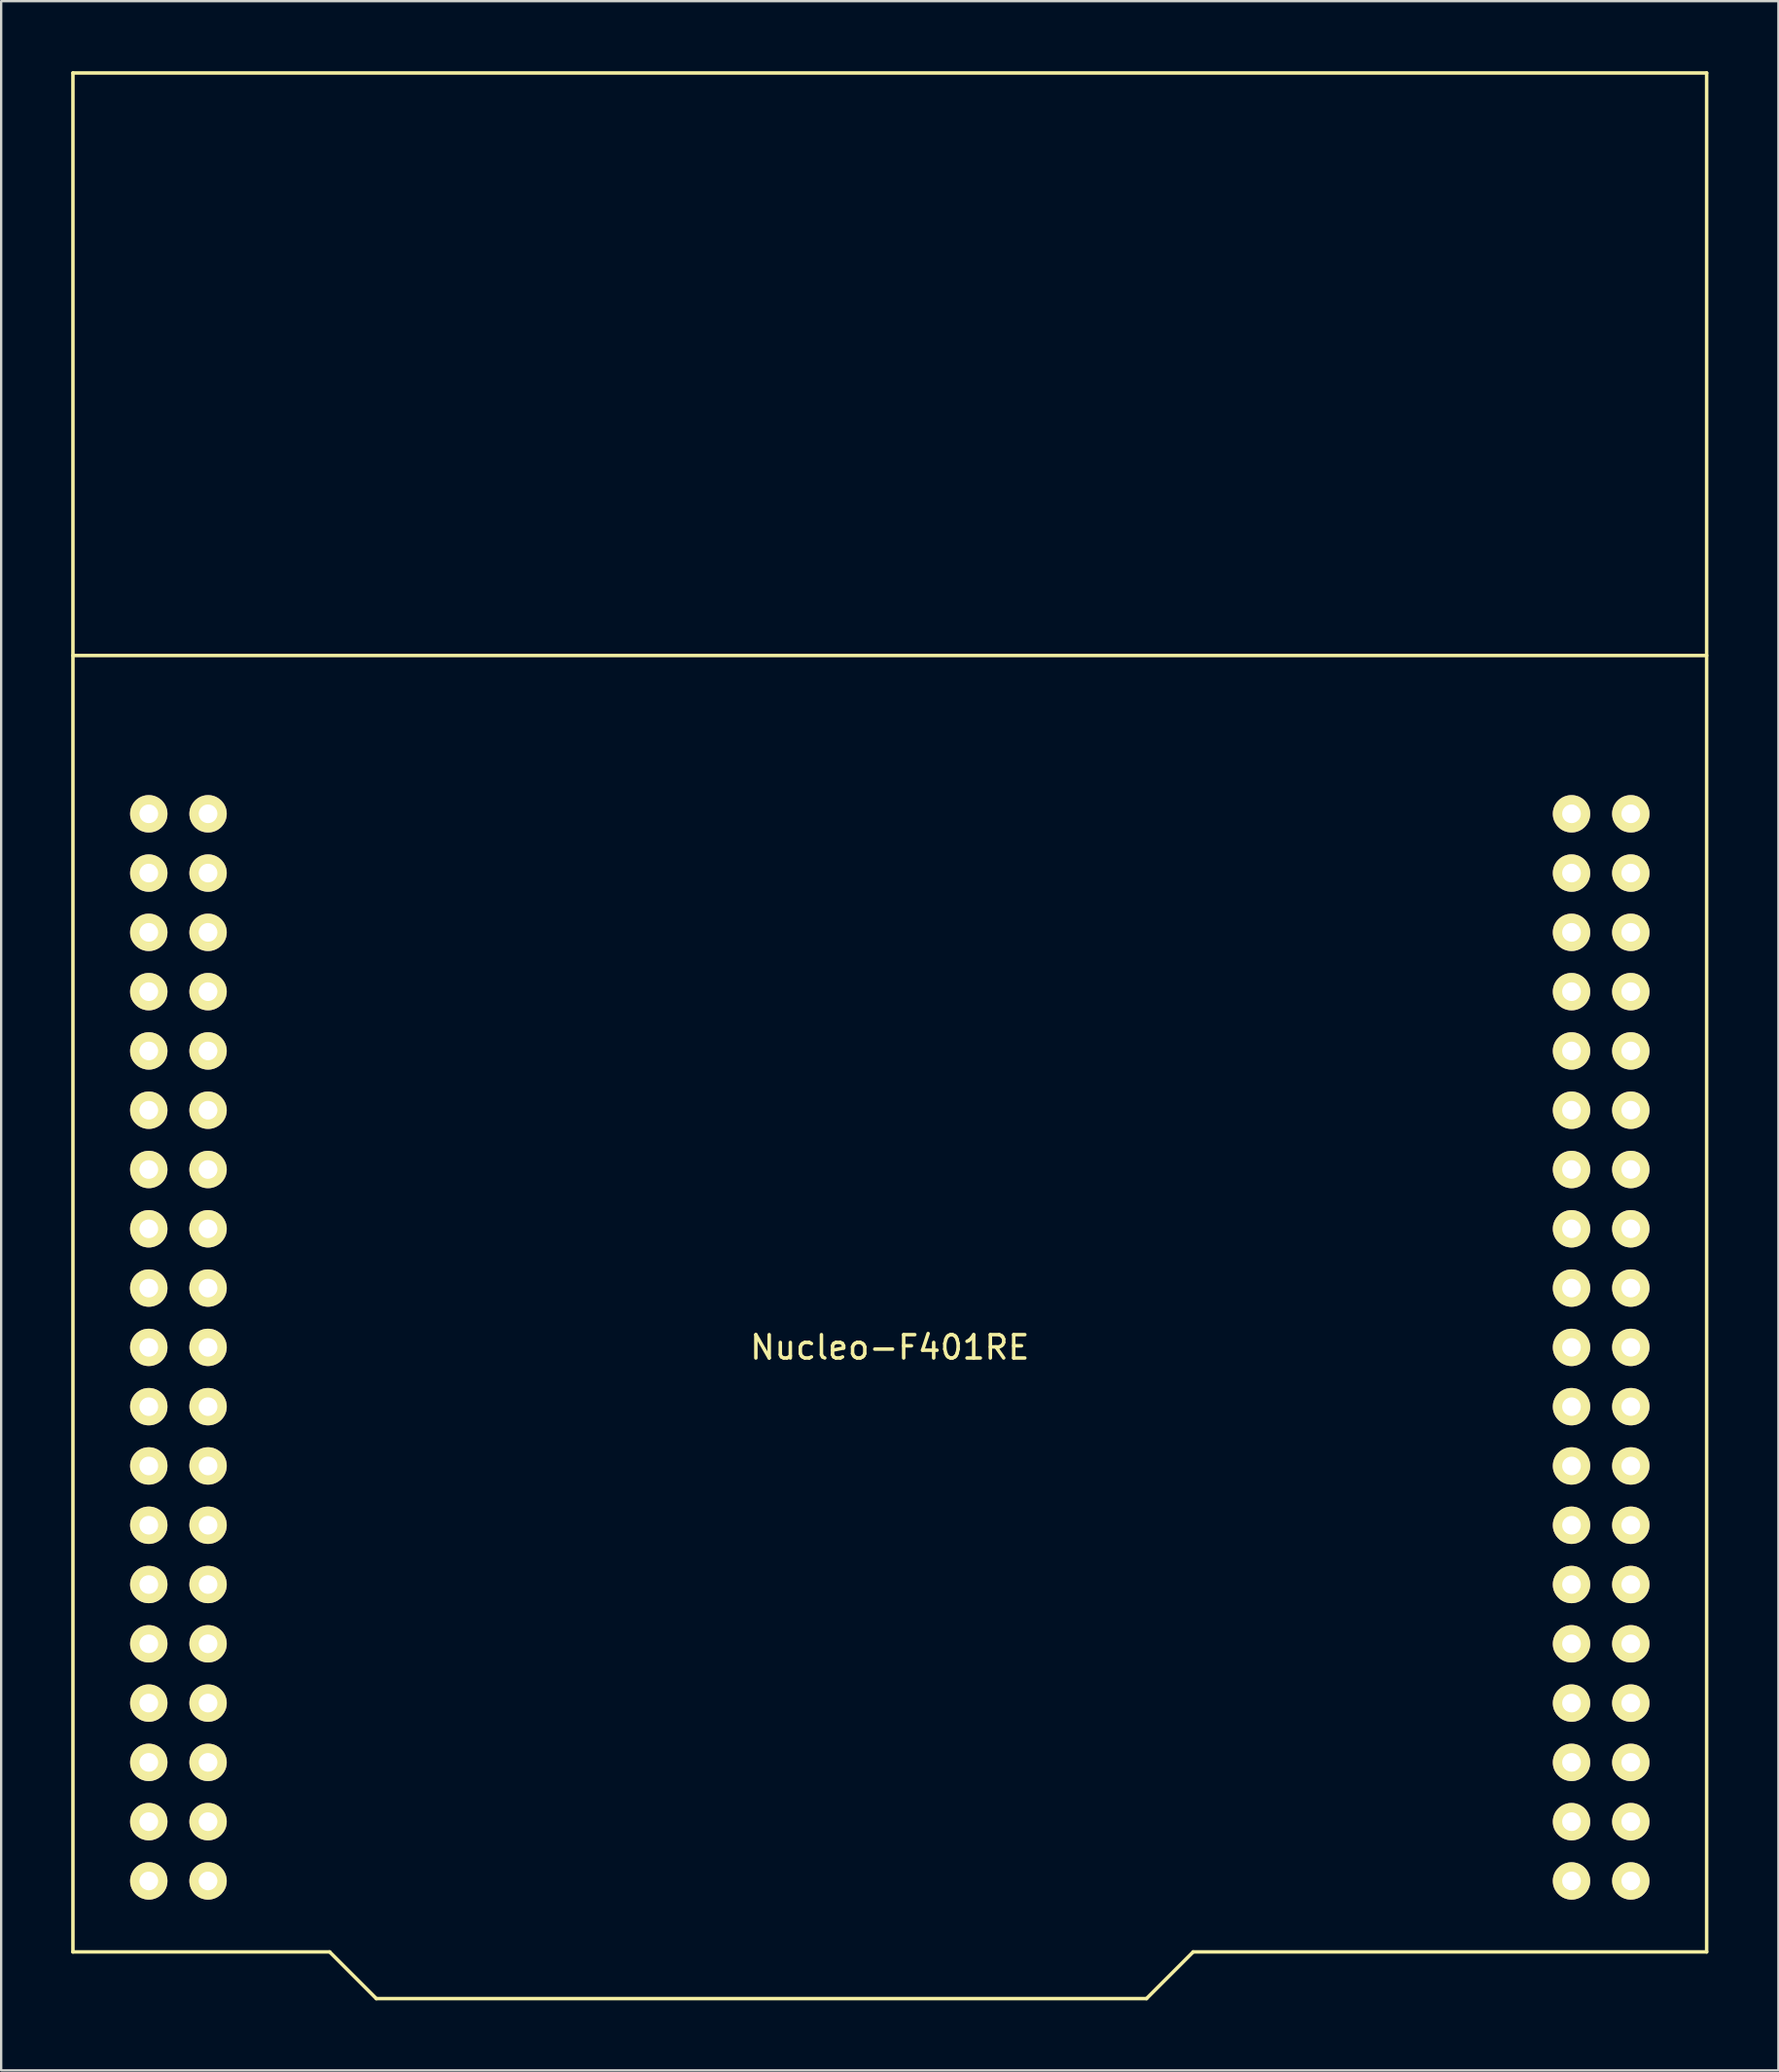
<source format=kicad_pcb>
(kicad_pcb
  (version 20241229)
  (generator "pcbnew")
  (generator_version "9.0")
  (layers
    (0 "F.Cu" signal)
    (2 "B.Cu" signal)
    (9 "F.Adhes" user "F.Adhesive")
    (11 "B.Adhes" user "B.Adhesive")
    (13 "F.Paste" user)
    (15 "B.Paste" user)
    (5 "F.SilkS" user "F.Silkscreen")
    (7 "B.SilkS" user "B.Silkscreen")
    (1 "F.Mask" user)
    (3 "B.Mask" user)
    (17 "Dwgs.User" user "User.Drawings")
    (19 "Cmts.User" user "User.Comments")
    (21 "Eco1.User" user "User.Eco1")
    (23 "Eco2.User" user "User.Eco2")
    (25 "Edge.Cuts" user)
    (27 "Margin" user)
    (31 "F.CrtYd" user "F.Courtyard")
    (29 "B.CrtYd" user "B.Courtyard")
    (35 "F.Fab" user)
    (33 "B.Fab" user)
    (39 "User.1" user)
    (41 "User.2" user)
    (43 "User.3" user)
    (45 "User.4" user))
  (footprint "Nucleo-F401RE"
    (layer "F.Cu")
    (at 35.075 54.675)
    (property "Reference" "Nucleo-F401RE" (at 0 0 0) (layer "F.SilkS") (effects (font (size 1 1) (thickness 0.15))))
    (attr through_hole)
    (fp_line (start -35 -54.6) (end -35 25.9) (stroke (width 0.15) (type solid)) (layer "F.SilkS"))
    (fp_line (start -35 -54.6) (end 35 -54.6) (stroke (width 0.15) (type solid)) (layer "F.SilkS"))
    (fp_line (start -35 -29.64) (end 35 -29.64) (stroke (width 0.15) (type solid)) (layer "F.SilkS"))
    (fp_line (start -35 25.9) (end -24 25.9) (stroke (width 0.15) (type solid)) (layer "F.SilkS"))
    (fp_line (start -24 25.9) (end -22 27.9) (stroke (width 0.15) (type solid)) (layer "F.SilkS"))
    (fp_line (start -22 27.9) (end 11 27.9) (stroke (width 0.15) (type solid)) (layer "F.SilkS"))
    (fp_line (start 11 27.9) (end 13 25.9) (stroke (width 0.15) (type solid)) (layer "F.SilkS"))
    (fp_line (start 13 25.9) (end 35 25.9) (stroke (width 0.15) (type solid)) (layer "F.SilkS"))
    (fp_line (start 35 -54.6) (end 35 25.9) (stroke (width 0.15) (type solid)) (layer "F.SilkS"))
    (pad "1" thru_hole circle (at -31.75 -22.86) (size 1.6 1.6) (drill 0.8) (layers "*.Cu" "*.Mask" "F.SilkS"))
    (pad "2" thru_hole circle (at -29.21 -22.86) (size 1.6 1.6) (drill 0.8) (layers "*.Cu" "*.Mask" "F.SilkS"))
    (pad "3" thru_hole circle (at -31.75 -20.32) (size 1.6 1.6) (drill 0.8) (layers "*.Cu" "*.Mask" "F.SilkS"))
    (pad "4" thru_hole circle (at -29.21 -20.32) (size 1.6 1.6) (drill 0.8) (layers "*.Cu" "*.Mask" "F.SilkS"))
    (pad "5" thru_hole circle (at -31.75 -17.78) (size 1.6 1.6) (drill 0.8) (layers "*.Cu" "*.Mask" "F.SilkS"))
    (pad "6" thru_hole circle (at -29.21 -17.78) (size 1.6 1.6) (drill 0.8) (layers "*.Cu" "*.Mask" "F.SilkS"))
    (pad "7" thru_hole circle (at -31.75 -15.24) (size 1.6 1.6) (drill 0.8) (layers "*.Cu" "*.Mask" "F.SilkS"))
    (pad "8" thru_hole circle (at -29.21 -15.24) (size 1.6 1.6) (drill 0.8) (layers "*.Cu" "*.Mask" "F.SilkS"))
    (pad "9" thru_hole circle (at -31.75 -12.7) (size 1.6 1.6) (drill 0.8) (layers "*.Cu" "*.Mask" "F.SilkS"))
    (pad "10" thru_hole circle (at -29.21 -12.7) (size 1.6 1.6) (drill 0.8) (layers "*.Cu" "*.Mask" "F.SilkS"))
    (pad "11" thru_hole circle (at -31.75 -10.16) (size 1.6 1.6) (drill 0.8) (layers "*.Cu" "*.Mask" "F.SilkS"))
    (pad "12" thru_hole circle (at -29.21 -10.16) (size 1.6 1.6) (drill 0.8) (layers "*.Cu" "*.Mask" "F.SilkS"))
    (pad "13" thru_hole circle (at -31.75 -7.62) (size 1.6 1.6) (drill 0.8) (layers "*.Cu" "*.Mask" "F.SilkS"))
    (pad "14" thru_hole circle (at -29.21 -7.62) (size 1.6 1.6) (drill 0.8) (layers "*.Cu" "*.Mask" "F.SilkS"))
    (pad "15" thru_hole circle (at -31.75 -5.08) (size 1.6 1.6) (drill 0.8) (layers "*.Cu" "*.Mask" "F.SilkS"))
    (pad "16" thru_hole circle (at -29.21 -5.08) (size 1.6 1.6) (drill 0.8) (layers "*.Cu" "*.Mask" "F.SilkS"))
    (pad "17" thru_hole circle (at -31.75 -2.54) (size 1.6 1.6) (drill 0.8) (layers "*.Cu" "*.Mask" "F.SilkS"))
    (pad "18" thru_hole circle (at -29.21 -2.54) (size 1.6 1.6) (drill 0.8) (layers "*.Cu" "*.Mask" "F.SilkS"))
    (pad "19" thru_hole circle (at -31.75 0) (size 1.6 1.6) (drill 0.8) (layers "*.Cu" "*.Mask" "F.SilkS"))
    (pad "20" thru_hole circle (at -29.21 0) (size 1.6 1.6) (drill 0.8) (layers "*.Cu" "*.Mask" "F.SilkS"))
    (pad "21" thru_hole circle (at -31.75 2.54) (size 1.6 1.6) (drill 0.8) (layers "*.Cu" "*.Mask" "F.SilkS"))
    (pad "22" thru_hole circle (at -29.21 2.54) (size 1.6 1.6) (drill 0.8) (layers "*.Cu" "*.Mask" "F.SilkS"))
    (pad "23" thru_hole circle (at -31.75 5.08) (size 1.6 1.6) (drill 0.8) (layers "*.Cu" "*.Mask" "F.SilkS"))
    (pad "24" thru_hole circle (at -29.21 5.08) (size 1.6 1.6) (drill 0.8) (layers "*.Cu" "*.Mask" "F.SilkS"))
    (pad "25" thru_hole circle (at -31.75 7.62) (size 1.6 1.6) (drill 0.8) (layers "*.Cu" "*.Mask" "F.SilkS"))
    (pad "26" thru_hole circle (at -29.21 7.62) (size 1.6 1.6) (drill 0.8) (layers "*.Cu" "*.Mask" "F.SilkS"))
    (pad "27" thru_hole circle (at -31.75 10.16) (size 1.6 1.6) (drill 0.8) (layers "*.Cu" "*.Mask" "F.SilkS"))
    (pad "28" thru_hole circle (at -29.21 10.16) (size 1.6 1.6) (drill 0.8) (layers "*.Cu" "*.Mask" "F.SilkS"))
    (pad "29" thru_hole circle (at -31.75 12.7) (size 1.6 1.6) (drill 0.8) (layers "*.Cu" "*.Mask" "F.SilkS"))
    (pad "30" thru_hole circle (at -29.21 12.7) (size 1.6 1.6) (drill 0.8) (layers "*.Cu" "*.Mask" "F.SilkS"))
    (pad "31" thru_hole circle (at -31.75 15.24) (size 1.6 1.6) (drill 0.8) (layers "*.Cu" "*.Mask" "F.SilkS"))
    (pad "32" thru_hole circle (at -29.21 15.24) (size 1.6 1.6) (drill 0.8) (layers "*.Cu" "*.Mask" "F.SilkS"))
    (pad "33" thru_hole circle (at -31.75 17.78) (size 1.6 1.6) (drill 0.8) (layers "*.Cu" "*.Mask" "F.SilkS"))
    (pad "34" thru_hole circle (at -29.21 17.78) (size 1.6 1.6) (drill 0.8) (layers "*.Cu" "*.Mask" "F.SilkS"))
    (pad "35" thru_hole circle (at -31.75 20.32) (size 1.6 1.6) (drill 0.8) (layers "*.Cu" "*.Mask" "F.SilkS"))
    (pad "36" thru_hole circle (at -29.21 20.32) (size 1.6 1.6) (drill 0.8) (layers "*.Cu" "*.Mask" "F.SilkS"))
    (pad "37" thru_hole circle (at -31.75 22.86) (size 1.6 1.6) (drill 0.8) (layers "*.Cu" "*.Mask" "F.SilkS"))
    (pad "38" thru_hole circle (at -29.21 22.86) (size 1.6 1.6) (drill 0.8) (layers "*.Cu" "*.Mask" "F.SilkS"))
    (pad "39" thru_hole circle (at 29.21 -22.86) (size 1.6 1.6) (drill 0.8) (layers "*.Cu" "*.Mask" "F.SilkS"))
    (pad "40" thru_hole circle (at 31.75 -22.86) (size 1.6 1.6) (drill 0.8) (layers "*.Cu" "*.Mask" "F.SilkS"))
    (pad "41" thru_hole circle (at 29.21 -20.32) (size 1.6 1.6) (drill 0.8) (layers "*.Cu" "*.Mask" "F.SilkS"))
    (pad "42" thru_hole circle (at 31.75 -20.32) (size 1.6 1.6) (drill 0.8) (layers "*.Cu" "*.Mask" "F.SilkS"))
    (pad "43" thru_hole circle (at 29.21 -17.78) (size 1.6 1.6) (drill 0.8) (layers "*.Cu" "*.Mask" "F.SilkS"))
    (pad "44" thru_hole circle (at 31.75 -17.78) (size 1.6 1.6) (drill 0.8) (layers "*.Cu" "*.Mask" "F.SilkS"))
    (pad "45" thru_hole circle (at 29.21 -15.24) (size 1.6 1.6) (drill 0.8) (layers "*.Cu" "*.Mask" "F.SilkS"))
    (pad "46" thru_hole circle (at 31.75 -15.24) (size 1.6 1.6) (drill 0.8) (layers "*.Cu" "*.Mask" "F.SilkS"))
    (pad "47" thru_hole circle (at 29.21 -12.7) (size 1.6 1.6) (drill 0.8) (layers "*.Cu" "*.Mask" "F.SilkS"))
    (pad "48" thru_hole circle (at 31.75 -12.7) (size 1.6 1.6) (drill 0.8) (layers "*.Cu" "*.Mask" "F.SilkS"))
    (pad "49" thru_hole circle (at 29.21 -10.16) (size 1.6 1.6) (drill 0.8) (layers "*.Cu" "*.Mask" "F.SilkS"))
    (pad "50" thru_hole circle (at 31.75 -10.16) (size 1.6 1.6) (drill 0.8) (layers "*.Cu" "*.Mask" "F.SilkS"))
    (pad "51" thru_hole circle (at 29.21 -7.62) (size 1.6 1.6) (drill 0.8) (layers "*.Cu" "*.Mask" "F.SilkS"))
    (pad "52" thru_hole circle (at 31.75 -7.62) (size 1.6 1.6) (drill 0.8) (layers "*.Cu" "*.Mask" "F.SilkS"))
    (pad "53" thru_hole circle (at 29.21 -5.08) (size 1.6 1.6) (drill 0.8) (layers "*.Cu" "*.Mask" "F.SilkS"))
    (pad "54" thru_hole circle (at 31.75 -5.08) (size 1.6 1.6) (drill 0.8) (layers "*.Cu" "*.Mask" "F.SilkS"))
    (pad "55" thru_hole circle (at 29.21 -2.54) (size 1.6 1.6) (drill 0.8) (layers "*.Cu" "*.Mask" "F.SilkS"))
    (pad "56" thru_hole circle (at 31.75 -2.54) (size 1.6 1.6) (drill 0.8) (layers "*.Cu" "*.Mask" "F.SilkS"))
    (pad "57" thru_hole circle (at 29.21 0) (size 1.6 1.6) (drill 0.8) (layers "*.Cu" "*.Mask" "F.SilkS"))
    (pad "58" thru_hole circle (at 31.75 0) (size 1.6 1.6) (drill 0.8) (layers "*.Cu" "*.Mask" "F.SilkS"))
    (pad "59" thru_hole circle (at 29.21 2.54) (size 1.6 1.6) (drill 0.8) (layers "*.Cu" "*.Mask" "F.SilkS"))
    (pad "60" thru_hole circle (at 31.75 2.54) (size 1.6 1.6) (drill 0.8) (layers "*.Cu" "*.Mask" "F.SilkS"))
    (pad "61" thru_hole circle (at 29.21 5.08) (size 1.6 1.6) (drill 0.8) (layers "*.Cu" "*.Mask" "F.SilkS"))
    (pad "62" thru_hole circle (at 31.75 5.08) (size 1.6 1.6) (drill 0.8) (layers "*.Cu" "*.Mask" "F.SilkS"))
    (pad "63" thru_hole circle (at 29.21 7.62) (size 1.6 1.6) (drill 0.8) (layers "*.Cu" "*.Mask" "F.SilkS"))
    (pad "64" thru_hole circle (at 31.75 7.62) (size 1.6 1.6) (drill 0.8) (layers "*.Cu" "*.Mask" "F.SilkS"))
    (pad "65" thru_hole circle (at 29.21 10.16) (size 1.6 1.6) (drill 0.8) (layers "*.Cu" "*.Mask" "F.SilkS"))
    (pad "66" thru_hole circle (at 31.75 10.16) (size 1.6 1.6) (drill 0.8) (layers "*.Cu" "*.Mask" "F.SilkS"))
    (pad "67" thru_hole circle (at 29.21 12.7) (size 1.6 1.6) (drill 0.8) (layers "*.Cu" "*.Mask" "F.SilkS"))
    (pad "68" thru_hole circle (at 31.75 12.7) (size 1.6 1.6) (drill 0.8) (layers "*.Cu" "*.Mask" "F.SilkS"))
    (pad "69" thru_hole circle (at 29.21 15.24) (size 1.6 1.6) (drill 0.8) (layers "*.Cu" "*.Mask" "F.SilkS"))
    (pad "70" thru_hole circle (at 31.75 15.24) (size 1.6 1.6) (drill 0.8) (layers "*.Cu" "*.Mask" "F.SilkS"))
    (pad "71" thru_hole circle (at 29.21 17.78) (size 1.6 1.6) (drill 0.8) (layers "*.Cu" "*.Mask" "F.SilkS"))
    (pad "72" thru_hole circle (at 31.75 17.78) (size 1.6 1.6) (drill 0.8) (layers "*.Cu" "*.Mask" "F.SilkS"))
    (pad "73" thru_hole circle (at 29.21 20.32) (size 1.6 1.6) (drill 0.8) (layers "*.Cu" "*.Mask" "F.SilkS"))
    (pad "74" thru_hole circle (at 31.75 20.32) (size 1.6 1.6) (drill 0.8) (layers "*.Cu" "*.Mask" "F.SilkS"))
    (pad "75" thru_hole circle (at 29.21 22.86) (size 1.6 1.6) (drill 0.8) (layers "*.Cu" "*.Mask" "F.SilkS"))
    (pad "76" thru_hole circle (at 31.75 22.86) (size 1.6 1.6) (drill 0.8) (layers "*.Cu" "*.Mask" "F.SilkS")))
  (gr_rect
    (start -3 -3)
    (end 73.15 85.65)
    (stroke (width 0.1) (type default))
    (fill no)
    (layer "Edge.Cuts")))
</source>
